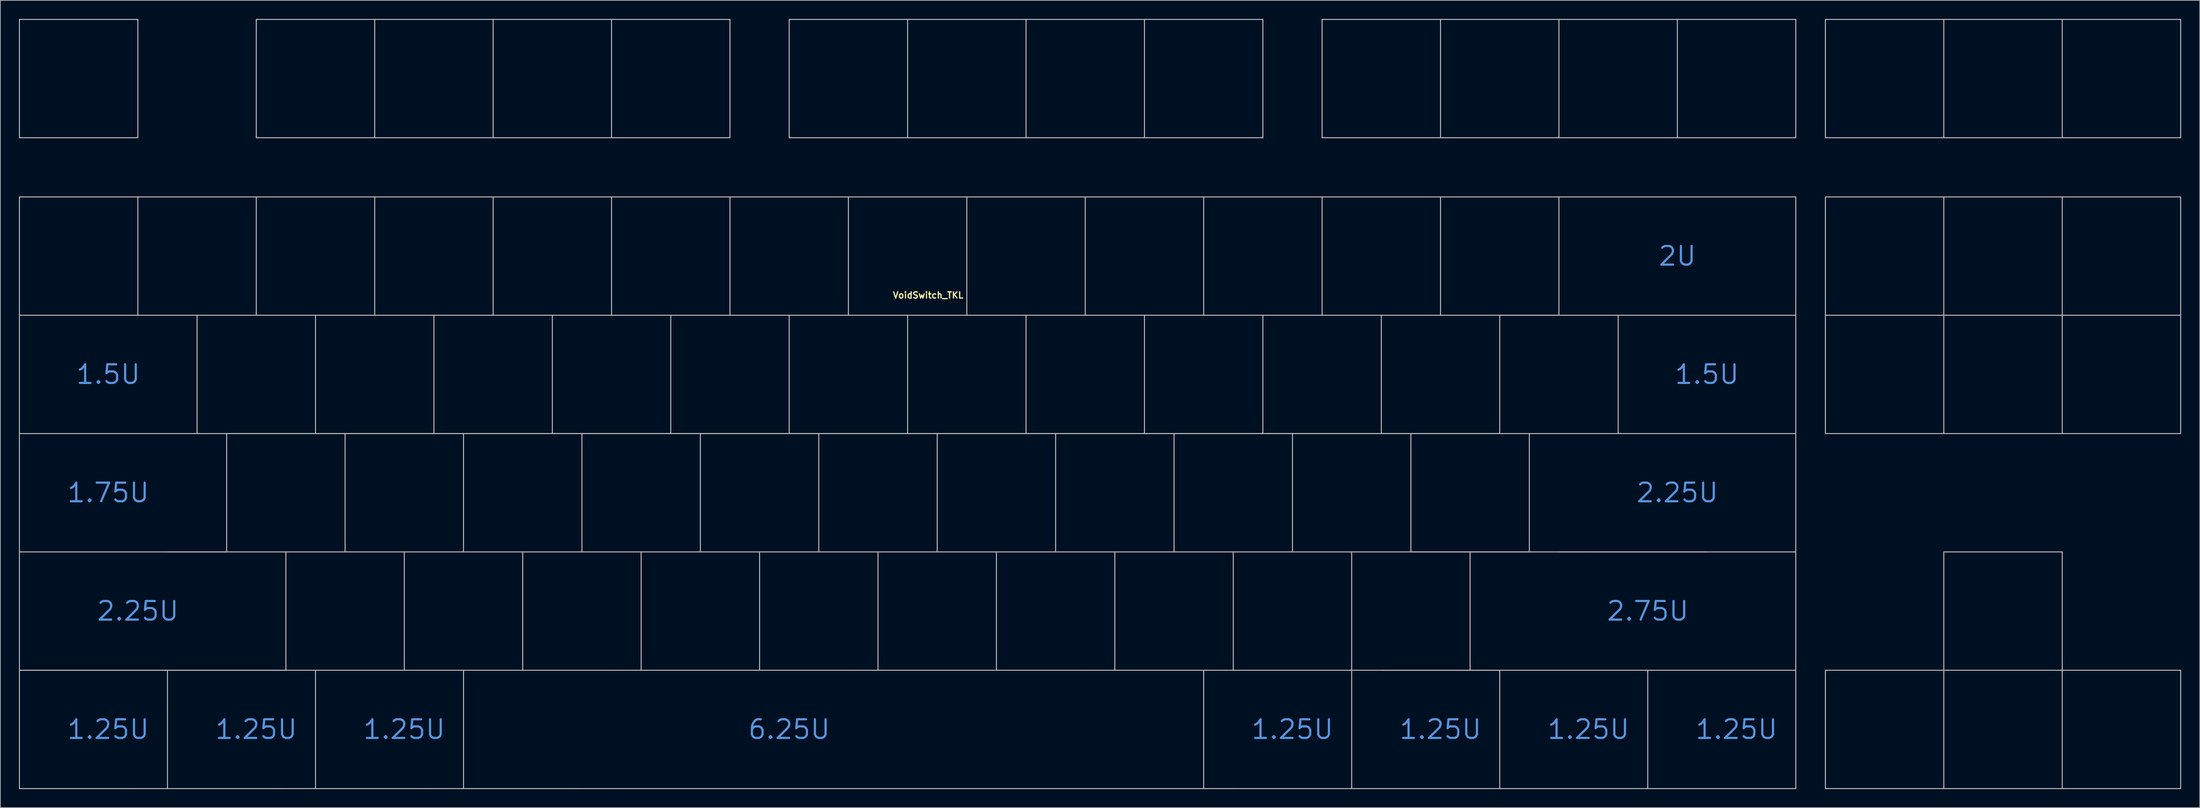
<source format=kicad_pcb>
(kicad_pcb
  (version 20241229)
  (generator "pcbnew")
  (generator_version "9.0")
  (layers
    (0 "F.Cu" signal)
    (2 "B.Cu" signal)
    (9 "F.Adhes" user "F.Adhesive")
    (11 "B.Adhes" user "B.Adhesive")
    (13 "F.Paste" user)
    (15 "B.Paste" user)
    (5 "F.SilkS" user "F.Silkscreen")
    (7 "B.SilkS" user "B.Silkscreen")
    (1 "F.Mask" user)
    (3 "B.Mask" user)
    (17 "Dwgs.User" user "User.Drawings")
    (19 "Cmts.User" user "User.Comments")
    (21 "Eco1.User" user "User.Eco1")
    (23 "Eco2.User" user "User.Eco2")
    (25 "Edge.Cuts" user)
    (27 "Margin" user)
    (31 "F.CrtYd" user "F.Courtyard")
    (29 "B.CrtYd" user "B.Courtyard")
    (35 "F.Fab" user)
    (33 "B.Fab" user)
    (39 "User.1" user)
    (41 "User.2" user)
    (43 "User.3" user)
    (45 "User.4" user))
  (footprint "VoidSwitch_TKL"
    (layer "F.Cu")
    (at 142.95 38.175)
    (property "Reference" "VoidSwitch_TKL" (at 3.3 6.3 0) (layer "F.SilkS") (effects (font (size 1 1) (thickness 0.2))))
    (attr smd exclude_from_bom)
    (fp_line (start -142.875 -38.1) (end -142.875 -19.05) (stroke (width 0.15) (type solid)) (layer "Dwgs.User"))
    (fp_line (start -142.875 -38.1) (end -123.825 -38.1) (stroke (width 0.15) (type solid)) (layer "Dwgs.User"))
    (fp_line (start -142.875 -19.05) (end -123.825 -19.05) (stroke (width 0.15) (type solid)) (layer "Dwgs.User"))
    (fp_line (start -142.875 -9.525) (end -142.875 9.525) (stroke (width 0.15) (type solid)) (layer "Dwgs.User"))
    (fp_line (start -142.875 -9.525) (end -123.825 -9.525) (stroke (width 0.15) (type solid)) (layer "Dwgs.User"))
    (fp_line (start -142.875 28.575) (end -142.875 47.625) (stroke (width 0.15) (type solid)) (layer "Dwgs.User"))
    (fp_line (start -142.875 47.625) (end -142.875 66.675) (stroke (width 0.15) (type solid)) (layer "Dwgs.User"))
    (fp_line (start -142.874 66.676) (end -119.062 66.676) (stroke (width 0.15) (type solid)) (layer "Dwgs.User"))
    (fp_line (start -142.874 85.726) (end -142.874 66.676) (stroke (width 0.15) (type solid)) (layer "Dwgs.User"))
    (fp_line (start -142.873 28.575) (end -142.873 9.525) (stroke (width 0.15) (type solid)) (layer "Dwgs.User"))
    (fp_line (start -123.825 -38.1) (end -123.825 -19.05) (stroke (width 0.15) (type solid)) (layer "Dwgs.User"))
    (fp_line (start -123.825 -9.525) (end -104.775 -9.525) (stroke (width 0.15) (type solid)) (layer "Dwgs.User"))
    (fp_line (start -123.825 9.525) (end -142.875 9.525) (stroke (width 0.15) (type solid)) (layer "Dwgs.User"))
    (fp_line (start -123.825 9.525) (end -123.825 -9.525) (stroke (width 0.15) (type solid)) (layer "Dwgs.User"))
    (fp_line (start -119.062 47.625) (end -100.013 47.625) (stroke (width 0.15) (type solid)) (layer "Dwgs.User"))
    (fp_line (start -119.062 66.676) (end -119.062 85.726) (stroke (width 0.15) (type solid)) (layer "Dwgs.User"))
    (fp_line (start -119.062 85.725) (end -142.874 85.726) (stroke (width 0.15) (type solid)) (layer "Dwgs.User"))
    (fp_line (start -119.061 66.676) (end -95.25 66.676) (stroke (width 0.15) (type solid)) (layer "Dwgs.User"))
    (fp_line (start -114.3 28.575) (end -142.873 28.575) (stroke (width 0.15) (type solid)) (layer "Dwgs.User"))
    (fp_line (start -114.3 28.575) (end -114.3 9.525) (stroke (width 0.15) (type solid)) (layer "Dwgs.User"))
    (fp_line (start -109.537 28.575) (end -90.487 28.575) (stroke (width 0.15) (type solid)) (layer "Dwgs.User"))
    (fp_line (start -109.537 47.625) (end -142.875 47.625) (stroke (width 0.15) (type solid)) (layer "Dwgs.User"))
    (fp_line (start -109.537 47.625) (end -109.537 28.575) (stroke (width 0.15) (type solid)) (layer "Dwgs.User"))
    (fp_line (start -104.775 -38.1) (end -104.775 -19.05) (stroke (width 0.15) (type solid)) (layer "Dwgs.User"))
    (fp_line (start -104.775 -38.1) (end -85.725 -38.1) (stroke (width 0.15) (type solid)) (layer "Dwgs.User"))
    (fp_line (start -104.775 -19.05) (end -85.725 -19.05) (stroke (width 0.15) (type solid)) (layer "Dwgs.User"))
    (fp_line (start -104.775 -9.525) (end -104.775 9.525) (stroke (width 0.15) (type solid)) (layer "Dwgs.User"))
    (fp_line (start -104.775 -9.525) (end -85.725 -9.525) (stroke (width 0.15) (type solid)) (layer "Dwgs.User"))
    (fp_line (start -104.775 9.525) (end -123.825 9.525) (stroke (width 0.15) (type solid)) (layer "Dwgs.User"))
    (fp_line (start -100.013 47.625) (end -80.963 47.625) (stroke (width 0.15) (type solid)) (layer "Dwgs.User"))
    (fp_line (start -100.013 66.675) (end -142.875 66.675) (stroke (width 0.15) (type solid)) (layer "Dwgs.User"))
    (fp_line (start -100.013 66.675) (end -100.013 47.625) (stroke (width 0.15) (type solid)) (layer "Dwgs.User"))
    (fp_line (start -95.25 9.525) (end -95.25 28.575) (stroke (width 0.15) (type solid)) (layer "Dwgs.User"))
    (fp_line (start -95.25 28.575) (end -114.3 28.575) (stroke (width 0.15) (type solid)) (layer "Dwgs.User"))
    (fp_line (start -95.25 66.676) (end -95.25 85.726) (stroke (width 0.15) (type solid)) (layer "Dwgs.User"))
    (fp_line (start -95.25 85.725) (end -119.061 85.726) (stroke (width 0.15) (type solid)) (layer "Dwgs.User"))
    (fp_line (start -95.249 66.676) (end -71.438 66.676) (stroke (width 0.15) (type solid)) (layer "Dwgs.User"))
    (fp_line (start -90.487 28.575) (end -90.487 47.625) (stroke (width 0.15) (type solid)) (layer "Dwgs.User"))
    (fp_line (start -90.487 28.575) (end -71.438 28.575) (stroke (width 0.15) (type solid)) (layer "Dwgs.User"))
    (fp_line (start -85.725 -38.1) (end -85.725 -19.05) (stroke (width 0.15) (type solid)) (layer "Dwgs.User"))
    (fp_line (start -85.725 -38.1) (end -66.675 -38.1) (stroke (width 0.15) (type solid)) (layer "Dwgs.User"))
    (fp_line (start -85.725 -19.05) (end -66.675 -19.05) (stroke (width 0.15) (type solid)) (layer "Dwgs.User"))
    (fp_line (start -85.725 -9.525) (end -85.725 9.525) (stroke (width 0.15) (type solid)) (layer "Dwgs.User"))
    (fp_line (start -85.725 -9.525) (end -66.675 -9.525) (stroke (width 0.15) (type solid)) (layer "Dwgs.User"))
    (fp_line (start -85.725 9.525) (end -104.775 9.525) (stroke (width 0.15) (type solid)) (layer "Dwgs.User"))
    (fp_line (start -80.963 47.625) (end -80.963 66.675) (stroke (width 0.15) (type solid)) (layer "Dwgs.User"))
    (fp_line (start -80.963 47.625) (end -61.913 47.625) (stroke (width 0.15) (type solid)) (layer "Dwgs.User"))
    (fp_line (start -76.2 9.525) (end -76.2 28.575) (stroke (width 0.15) (type solid)) (layer "Dwgs.User"))
    (fp_line (start -76.2 28.575) (end -95.25 28.575) (stroke (width 0.15) (type solid)) (layer "Dwgs.User"))
    (fp_line (start -71.438 28.575) (end -71.438 47.625) (stroke (width 0.15) (type solid)) (layer "Dwgs.User"))
    (fp_line (start -71.438 28.575) (end -52.388 28.575) (stroke (width 0.15) (type solid)) (layer "Dwgs.User"))
    (fp_line (start -71.438 85.725) (end -95.249 85.726) (stroke (width 0.15) (type solid)) (layer "Dwgs.User"))
    (fp_line (start -71.436 66.676) (end -47.625 66.676) (stroke (width 0.15) (type solid)) (layer "Dwgs.User"))
    (fp_line (start -71.436 85.726) (end -71.436 66.676) (stroke (width 0.15) (type solid)) (layer "Dwgs.User"))
    (fp_line (start -66.675 -38.1) (end -66.675 -19.05) (stroke (width 0.15) (type solid)) (layer "Dwgs.User"))
    (fp_line (start -66.675 -38.1) (end -47.625 -38.1) (stroke (width 0.15) (type solid)) (layer "Dwgs.User"))
    (fp_line (start -66.675 -19.05) (end -47.625 -19.05) (stroke (width 0.15) (type solid)) (layer "Dwgs.User"))
    (fp_line (start -66.675 -9.525) (end -47.625 -9.525) (stroke (width 0.15) (type solid)) (layer "Dwgs.User"))
    (fp_line (start -66.675 9.525) (end -85.725 9.525) (stroke (width 0.15) (type solid)) (layer "Dwgs.User"))
    (fp_line (start -66.675 9.525) (end -66.675 -9.525) (stroke (width 0.15) (type solid)) (layer "Dwgs.User"))
    (fp_line (start -61.913 47.625) (end -61.913 66.675) (stroke (width 0.15) (type solid)) (layer "Dwgs.User"))
    (fp_line (start -61.913 47.625) (end -42.862 47.625) (stroke (width 0.15) (type solid)) (layer "Dwgs.User"))
    (fp_line (start -57.15 28.575) (end -76.2 28.575) (stroke (width 0.15) (type solid)) (layer "Dwgs.User"))
    (fp_line (start -57.15 28.575) (end -57.15 9.525) (stroke (width 0.15) (type solid)) (layer "Dwgs.User"))
    (fp_line (start -52.388 28.575) (end -33.337 28.575) (stroke (width 0.15) (type solid)) (layer "Dwgs.User"))
    (fp_line (start -52.388 47.625) (end -52.388 28.575) (stroke (width 0.15) (type solid)) (layer "Dwgs.User"))
    (fp_line (start -47.625 -38.1) (end -47.625 -19.05) (stroke (width 0.15) (type solid)) (layer "Dwgs.User"))
    (fp_line (start -47.625 -38.1) (end -28.575 -38.1) (stroke (width 0.15) (type solid)) (layer "Dwgs.User"))
    (fp_line (start -47.625 -19.05) (end -28.575 -19.05) (stroke (width 0.15) (type solid)) (layer "Dwgs.User"))
    (fp_line (start -47.625 -9.525) (end -28.575 -9.525) (stroke (width 0.15) (type solid)) (layer "Dwgs.User"))
    (fp_line (start -47.625 9.525) (end -66.675 9.525) (stroke (width 0.15) (type solid)) (layer "Dwgs.User"))
    (fp_line (start -47.625 9.525) (end -47.625 -9.525) (stroke (width 0.15) (type solid)) (layer "Dwgs.User"))
    (fp_line (start -47.625 85.725) (end -71.436 85.726) (stroke (width 0.15) (type solid)) (layer "Dwgs.User"))
    (fp_line (start -47.624 66.675) (end -9.526 66.675) (stroke (width 0.15) (type solid)) (layer "Dwgs.User"))
    (fp_line (start -42.862 47.625) (end -23.812 47.625) (stroke (width 0.15) (type solid)) (layer "Dwgs.User"))
    (fp_line (start -42.862 66.675) (end -42.862 47.625) (stroke (width 0.15) (type solid)) (layer "Dwgs.User"))
    (fp_line (start -38.1 28.575) (end -57.15 28.575) (stroke (width 0.15) (type solid)) (layer "Dwgs.User"))
    (fp_line (start -38.1 28.575) (end -38.1 9.525) (stroke (width 0.15) (type solid)) (layer "Dwgs.User"))
    (fp_line (start -33.337 28.575) (end -14.287 28.575) (stroke (width 0.15) (type solid)) (layer "Dwgs.User"))
    (fp_line (start -33.337 47.625) (end -33.337 28.575) (stroke (width 0.15) (type solid)) (layer "Dwgs.User"))
    (fp_line (start -28.575 -38.1) (end -28.575 -19.05) (stroke (width 0.15) (type solid)) (layer "Dwgs.User"))
    (fp_line (start -28.575 -9.525) (end -9.525 -9.525) (stroke (width 0.15) (type solid)) (layer "Dwgs.User"))
    (fp_line (start -28.575 9.525) (end -47.625 9.525) (stroke (width 0.15) (type solid)) (layer "Dwgs.User"))
    (fp_line (start -28.575 9.525) (end -28.575 -9.525) (stroke (width 0.15) (type solid)) (layer "Dwgs.User"))
    (fp_line (start -23.812 47.625) (end -4.763 47.625) (stroke (width 0.15) (type solid)) (layer "Dwgs.User"))
    (fp_line (start -23.812 66.675) (end -23.812 47.625) (stroke (width 0.15) (type solid)) (layer "Dwgs.User"))
    (fp_line (start -19.05 -38.1) (end -19.05 -19.05) (stroke (width 0.15) (type solid)) (layer "Dwgs.User"))
    (fp_line (start -19.05 -38.1) (end 0 -38.1) (stroke (width 0.15) (type solid)) (layer "Dwgs.User"))
    (fp_line (start -19.05 -19.05) (end 0 -19.05) (stroke (width 0.15) (type solid)) (layer "Dwgs.User"))
    (fp_line (start -19.05 28.575) (end -38.1 28.575) (stroke (width 0.15) (type solid)) (layer "Dwgs.User"))
    (fp_line (start -19.05 28.575) (end -19.05 9.525) (stroke (width 0.15) (type solid)) (layer "Dwgs.User"))
    (fp_line (start -14.287 28.575) (end 4.763 28.575) (stroke (width 0.15) (type solid)) (layer "Dwgs.User"))
    (fp_line (start -14.287 47.625) (end -14.287 28.575) (stroke (width 0.15) (type solid)) (layer "Dwgs.User"))
    (fp_line (start -9.526 85.725) (end -47.624 85.725) (stroke (width 0.15) (type solid)) (layer "Dwgs.User"))
    (fp_line (start -9.525 -9.525) (end 9.525 -9.525) (stroke (width 0.15) (type solid)) (layer "Dwgs.User"))
    (fp_line (start -9.525 9.525) (end -28.575 9.525) (stroke (width 0.15) (type solid)) (layer "Dwgs.User"))
    (fp_line (start -9.525 9.525) (end -9.525 -9.525) (stroke (width 0.15) (type solid)) (layer "Dwgs.User"))
    (fp_line (start -4.763 47.625) (end 14.287 47.625) (stroke (width 0.15) (type solid)) (layer "Dwgs.User"))
    (fp_line (start -4.763 66.675) (end -4.763 47.625) (stroke (width 0.15) (type solid)) (layer "Dwgs.User"))
    (fp_line (start 0 -38.1) (end 0 -19.05) (stroke (width 0.15) (type solid)) (layer "Dwgs.User"))
    (fp_line (start 0 -38.1) (end 19.05 -38.1) (stroke (width 0.15) (type solid)) (layer "Dwgs.User"))
    (fp_line (start 0 -19.05) (end 19.05 -19.05) (stroke (width 0.15) (type solid)) (layer "Dwgs.User"))
    (fp_line (start 0 28.575) (end -19.05 28.575) (stroke (width 0.15) (type solid)) (layer "Dwgs.User"))
    (fp_line (start 0 28.575) (end 0 9.525) (stroke (width 0.15) (type solid)) (layer "Dwgs.User"))
    (fp_line (start 4.763 28.575) (end 23.812 28.575) (stroke (width 0.15) (type solid)) (layer "Dwgs.User"))
    (fp_line (start 4.763 47.625) (end 4.763 28.575) (stroke (width 0.15) (type solid)) (layer "Dwgs.User"))
    (fp_line (start 9.525 -9.525) (end 9.525 9.525) (stroke (width 0.15) (type solid)) (layer "Dwgs.User"))
    (fp_line (start 9.525 -9.525) (end 28.575 -9.525) (stroke (width 0.15) (type solid)) (layer "Dwgs.User"))
    (fp_line (start 9.525 9.525) (end -9.525 9.525) (stroke (width 0.15) (type solid)) (layer "Dwgs.User"))
    (fp_line (start 14.287 47.625) (end 33.337 47.625) (stroke (width 0.15) (type solid)) (layer "Dwgs.User"))
    (fp_line (start 14.287 66.675) (end 14.287 47.625) (stroke (width 0.15) (type solid)) (layer "Dwgs.User"))
    (fp_line (start 19.05 -38.1) (end 19.05 -19.05) (stroke (width 0.15) (type solid)) (layer "Dwgs.User"))
    (fp_line (start 19.05 -38.1) (end 38.1 -38.1) (stroke (width 0.15) (type solid)) (layer "Dwgs.User"))
    (fp_line (start 19.05 -19.05) (end 38.1 -19.05) (stroke (width 0.15) (type solid)) (layer "Dwgs.User"))
    (fp_line (start 19.05 9.525) (end 19.05 28.575) (stroke (width 0.15) (type solid)) (layer "Dwgs.User"))
    (fp_line (start 19.05 28.575) (end 0 28.575) (stroke (width 0.15) (type solid)) (layer "Dwgs.User"))
    (fp_line (start 23.812 28.575) (end 23.812 47.625) (stroke (width 0.15) (type solid)) (layer "Dwgs.User"))
    (fp_line (start 23.812 28.575) (end 42.862 28.575) (stroke (width 0.15) (type solid)) (layer "Dwgs.User"))
    (fp_line (start 28.575 -9.525) (end 28.575 9.525) (stroke (width 0.15) (type solid)) (layer "Dwgs.User"))
    (fp_line (start 28.575 -9.525) (end 47.625 -9.525) (stroke (width 0.15) (type solid)) (layer "Dwgs.User"))
    (fp_line (start 28.575 9.525) (end 9.525 9.525) (stroke (width 0.15) (type solid)) (layer "Dwgs.User"))
    (fp_line (start 28.575 66.675) (end -9.523 66.675) (stroke (width 0.15) (type solid)) (layer "Dwgs.User"))
    (fp_line (start 28.575 85.725) (end -9.523 85.725) (stroke (width 0.15) (type solid)) (layer "Dwgs.User"))
    (fp_line (start 28.576 66.675) (end 52.388 66.675) (stroke (width 0.15) (type solid)) (layer "Dwgs.User"))
    (fp_line (start 33.337 47.625) (end 33.337 66.675) (stroke (width 0.15) (type solid)) (layer "Dwgs.User"))
    (fp_line (start 33.337 47.625) (end 52.388 47.625) (stroke (width 0.15) (type solid)) (layer "Dwgs.User"))
    (fp_line (start 38.1 -38.1) (end 38.1 -19.05) (stroke (width 0.15) (type solid)) (layer "Dwgs.User"))
    (fp_line (start 38.1 -38.1) (end 57.15 -38.1) (stroke (width 0.15) (type solid)) (layer "Dwgs.User"))
    (fp_line (start 38.1 -19.05) (end 57.15 -19.05) (stroke (width 0.15) (type solid)) (layer "Dwgs.User"))
    (fp_line (start 38.1 9.525) (end 38.1 28.575) (stroke (width 0.15) (type solid)) (layer "Dwgs.User"))
    (fp_line (start 38.1 28.575) (end 19.05 28.575) (stroke (width 0.15) (type solid)) (layer "Dwgs.User"))
    (fp_line (start 42.862 28.575) (end 42.862 47.625) (stroke (width 0.15) (type solid)) (layer "Dwgs.User"))
    (fp_line (start 42.862 28.575) (end 61.913 28.575) (stroke (width 0.15) (type solid)) (layer "Dwgs.User"))
    (fp_line (start 47.625 -9.525) (end 47.625 9.525) (stroke (width 0.15) (type solid)) (layer "Dwgs.User"))
    (fp_line (start 47.625 -9.525) (end 66.675 -9.525) (stroke (width 0.15) (type solid)) (layer "Dwgs.User"))
    (fp_line (start 47.625 9.525) (end 28.575 9.525) (stroke (width 0.15) (type solid)) (layer "Dwgs.User"))
    (fp_line (start 47.625 85.725) (end 47.625 66.675) (stroke (width 0.15) (type solid)) (layer "Dwgs.User"))
    (fp_line (start 52.388 47.625) (end 52.388 66.675) (stroke (width 0.15) (type solid)) (layer "Dwgs.User"))
    (fp_line (start 52.388 47.625) (end 71.438 47.625) (stroke (width 0.15) (type solid)) (layer "Dwgs.User"))
    (fp_line (start 52.388 85.724) (end 28.576 85.725) (stroke (width 0.15) (type solid)) (layer "Dwgs.User"))
    (fp_line (start 57.15 -38.1) (end 57.15 -19.05) (stroke (width 0.15) (type solid)) (layer "Dwgs.User"))
    (fp_line (start 57.15 9.525) (end 57.15 28.575) (stroke (width 0.15) (type solid)) (layer "Dwgs.User"))
    (fp_line (start 57.15 28.575) (end 38.1 28.575) (stroke (width 0.15) (type solid)) (layer "Dwgs.User"))
    (fp_line (start 61.913 28.575) (end 61.913 47.625) (stroke (width 0.15) (type solid)) (layer "Dwgs.User"))
    (fp_line (start 61.913 28.575) (end 80.963 28.575) (stroke (width 0.15) (type solid)) (layer "Dwgs.User"))
    (fp_line (start 66.675 -38.1) (end 66.675 -19.05) (stroke (width 0.15) (type solid)) (layer "Dwgs.User"))
    (fp_line (start 66.675 -38.1) (end 85.725 -38.1) (stroke (width 0.15) (type solid)) (layer "Dwgs.User"))
    (fp_line (start 66.675 -19.05) (end 85.725 -19.05) (stroke (width 0.15) (type solid)) (layer "Dwgs.User"))
    (fp_line (start 66.675 -9.525) (end 66.675 9.525) (stroke (width 0.15) (type solid)) (layer "Dwgs.User"))
    (fp_line (start 66.675 -9.525) (end 85.725 -9.525) (stroke (width 0.15) (type solid)) (layer "Dwgs.User"))
    (fp_line (start 66.675 9.525) (end 47.625 9.525) (stroke (width 0.15) (type solid)) (layer "Dwgs.User"))
    (fp_line (start 71.438 47.625) (end 71.438 66.675) (stroke (width 0.15) (type solid)) (layer "Dwgs.User"))
    (fp_line (start 71.438 47.625) (end 90.487 47.625) (stroke (width 0.15) (type solid)) (layer "Dwgs.User"))
    (fp_line (start 71.438 66.675) (end 52.388 66.675) (stroke (width 0.15) (type solid)) (layer "Dwgs.User"))
    (fp_line (start 71.438 85.725) (end 71.438 66.675) (stroke (width 0.15) (type solid)) (layer "Dwgs.User"))
    (fp_line (start 76.2 9.525) (end 76.2 28.575) (stroke (width 0.15) (type solid)) (layer "Dwgs.User"))
    (fp_line (start 76.2 28.575) (end 57.15 28.575) (stroke (width 0.15) (type solid)) (layer "Dwgs.User"))
    (fp_line (start 76.2 66.675) (end 95.25 66.675) (stroke (width 0.15) (type solid)) (layer "Dwgs.User"))
    (fp_line (start 76.2 85.724) (end 52.389 85.725) (stroke (width 0.15) (type solid)) (layer "Dwgs.User"))
    (fp_line (start 80.963 28.575) (end 80.963 47.625) (stroke (width 0.15) (type solid)) (layer "Dwgs.User"))
    (fp_line (start 80.963 28.575) (end 100.013 28.575) (stroke (width 0.15) (type solid)) (layer "Dwgs.User"))
    (fp_line (start 85.725 -38.1) (end 85.725 -19.05) (stroke (width 0.15) (type solid)) (layer "Dwgs.User"))
    (fp_line (start 85.725 -38.1) (end 104.775 -38.1) (stroke (width 0.15) (type solid)) (layer "Dwgs.User"))
    (fp_line (start 85.725 -19.05) (end 104.775 -19.05) (stroke (width 0.15) (type solid)) (layer "Dwgs.User"))
    (fp_line (start 85.725 -9.525) (end 104.775 -9.525) (stroke (width 0.15) (type solid)) (layer "Dwgs.User"))
    (fp_line (start 85.725 9.525) (end 66.675 9.525) (stroke (width 0.15) (type solid)) (layer "Dwgs.User"))
    (fp_line (start 85.725 9.525) (end 85.725 -9.525) (stroke (width 0.15) (type solid)) (layer "Dwgs.User"))
    (fp_line (start 90.487 47.625) (end 90.487 66.675) (stroke (width 0.15) (type solid)) (layer "Dwgs.User"))
    (fp_line (start 90.487 47.625) (end 109.537 47.625) (stroke (width 0.15) (type solid)) (layer "Dwgs.User"))
    (fp_line (start 90.487 66.675) (end 71.438 66.675) (stroke (width 0.15) (type solid)) (layer "Dwgs.User"))
    (fp_line (start 95.25 9.525) (end 114.3 9.525) (stroke (width 0.15) (type solid)) (layer "Dwgs.User"))
    (fp_line (start 95.25 28.575) (end 76.2 28.575) (stroke (width 0.15) (type solid)) (layer "Dwgs.User"))
    (fp_line (start 95.25 28.575) (end 95.25 9.525) (stroke (width 0.15) (type solid)) (layer "Dwgs.User"))
    (fp_line (start 95.25 66.675) (end 95.25 85.725) (stroke (width 0.15) (type solid)) (layer "Dwgs.User"))
    (fp_line (start 95.25 85.725) (end 76.2 85.725) (stroke (width 0.15) (type solid)) (layer "Dwgs.User"))
    (fp_line (start 100.013 28.575) (end 142.875 28.575) (stroke (width 0.15) (type solid)) (layer "Dwgs.User"))
    (fp_line (start 100.013 47.625) (end 80.963 47.625) (stroke (width 0.15) (type solid)) (layer "Dwgs.User"))
    (fp_line (start 100.013 47.625) (end 100.013 28.575) (stroke (width 0.15) (type solid)) (layer "Dwgs.User"))
    (fp_line (start 104.775 -38.1) (end 104.775 -19.05) (stroke (width 0.15) (type solid)) (layer "Dwgs.User"))
    (fp_line (start 104.775 -38.1) (end 123.825 -38.1) (stroke (width 0.15) (type solid)) (layer "Dwgs.User"))
    (fp_line (start 104.775 -19.05) (end 123.825 -19.05) (stroke (width 0.15) (type solid)) (layer "Dwgs.User"))
    (fp_line (start 104.775 -9.525) (end 104.775 9.525) (stroke (width 0.15) (type solid)) (layer "Dwgs.User"))
    (fp_line (start 104.775 9.525) (end 85.725 9.525) (stroke (width 0.15) (type solid)) (layer "Dwgs.User"))
    (fp_line (start 104.777 -9.525) (end 142.875 -9.525) (stroke (width 0.15) (type solid)) (layer "Dwgs.User"))
    (fp_line (start 109.537 47.625) (end 128.588 47.625) (stroke (width 0.15) (type solid)) (layer "Dwgs.User"))
    (fp_line (start 114.3 9.525) (end 114.3 28.575) (stroke (width 0.15) (type solid)) (layer "Dwgs.User"))
    (fp_line (start 114.302 9.525) (end 142.875 9.525) (stroke (width 0.15) (type solid)) (layer "Dwgs.User"))
    (fp_line (start 119.062 66.675) (end 119.062 85.725) (stroke (width 0.15) (type solid)) (layer "Dwgs.User"))
    (fp_line (start 119.062 85.724) (end 95.251 85.725) (stroke (width 0.15) (type solid)) (layer "Dwgs.User"))
    (fp_line (start 123.825 -38.1) (end 123.825 -19.05) (stroke (width 0.15) (type solid)) (layer "Dwgs.User"))
    (fp_line (start 123.825 -38.1) (end 142.875 -38.1) (stroke (width 0.15) (type solid)) (layer "Dwgs.User"))
    (fp_line (start 123.825 -19.05) (end 142.875 -19.05) (stroke (width 0.15) (type solid)) (layer "Dwgs.User"))
    (fp_line (start 142.875 -38.1) (end 142.875 -19.05) (stroke (width 0.15) (type solid)) (layer "Dwgs.User"))
    (fp_line (start 142.875 -9.525) (end 142.875 9.525) (stroke (width 0.15) (type solid)) (layer "Dwgs.User"))
    (fp_line (start 142.875 9.525) (end 142.875 28.575) (stroke (width 0.15) (type solid)) (layer "Dwgs.User"))
    (fp_line (start 142.875 28.575) (end 142.875 47.625) (stroke (width 0.15) (type solid)) (layer "Dwgs.User"))
    (fp_line (start 142.875 47.625) (end 104.777 47.625) (stroke (width 0.15) (type solid)) (layer "Dwgs.User"))
    (fp_line (start 142.875 47.625) (end 142.875 66.675) (stroke (width 0.15) (type solid)) (layer "Dwgs.User"))
    (fp_line (start 142.875 66.675) (end 90.487 66.675) (stroke (width 0.15) (type solid)) (layer "Dwgs.User"))
    (fp_line (start 142.875 66.675) (end 142.875 85.725) (stroke (width 0.15) (type solid)) (layer "Dwgs.User"))
    (fp_line (start 142.875 85.724) (end 119.064 85.725) (stroke (width 0.15) (type solid)) (layer "Dwgs.User"))
    (fp_line (start 147.637 -38.1) (end 147.637 -19.05) (stroke (width 0.15) (type solid)) (layer "Dwgs.User"))
    (fp_line (start 147.637 -38.1) (end 166.688 -38.1) (stroke (width 0.15) (type solid)) (layer "Dwgs.User"))
    (fp_line (start 147.637 -19.05) (end 166.688 -19.05) (stroke (width 0.15) (type solid)) (layer "Dwgs.User"))
    (fp_line (start 147.637 -9.525) (end 147.637 9.525) (stroke (width 0.15) (type solid)) (layer "Dwgs.User"))
    (fp_line (start 147.637 -9.525) (end 166.688 -9.525) (stroke (width 0.15) (type solid)) (layer "Dwgs.User"))
    (fp_line (start 147.637 9.525) (end 147.637 28.575) (stroke (width 0.15) (type solid)) (layer "Dwgs.User"))
    (fp_line (start 147.637 9.525) (end 166.688 9.525) (stroke (width 0.15) (type solid)) (layer "Dwgs.User"))
    (fp_line (start 147.637 28.575) (end 166.688 28.575) (stroke (width 0.15) (type solid)) (layer "Dwgs.User"))
    (fp_line (start 147.637 66.675) (end 147.637 85.725) (stroke (width 0.15) (type solid)) (layer "Dwgs.User"))
    (fp_line (start 147.637 66.675) (end 166.688 66.675) (stroke (width 0.15) (type solid)) (layer "Dwgs.User"))
    (fp_line (start 147.637 85.725) (end 166.688 85.725) (stroke (width 0.15) (type solid)) (layer "Dwgs.User"))
    (fp_line (start 166.688 -38.1) (end 166.688 -19.05) (stroke (width 0.15) (type solid)) (layer "Dwgs.User"))
    (fp_line (start 166.688 -38.1) (end 185.738 -38.1) (stroke (width 0.15) (type solid)) (layer "Dwgs.User"))
    (fp_line (start 166.688 -19.05) (end 185.738 -19.05) (stroke (width 0.15) (type solid)) (layer "Dwgs.User"))
    (fp_line (start 166.688 -9.525) (end 166.688 9.525) (stroke (width 0.15) (type solid)) (layer "Dwgs.User"))
    (fp_line (start 166.688 -9.525) (end 185.738 -9.525) (stroke (width 0.15) (type solid)) (layer "Dwgs.User"))
    (fp_line (start 166.688 9.525) (end 166.688 28.575) (stroke (width 0.15) (type solid)) (layer "Dwgs.User"))
    (fp_line (start 166.688 9.525) (end 185.738 9.525) (stroke (width 0.15) (type solid)) (layer "Dwgs.User"))
    (fp_line (start 166.688 28.575) (end 185.738 28.575) (stroke (width 0.15) (type solid)) (layer "Dwgs.User"))
    (fp_line (start 166.688 47.625) (end 166.688 66.675) (stroke (width 0.15) (type solid)) (layer "Dwgs.User"))
    (fp_line (start 166.688 47.625) (end 185.738 47.625) (stroke (width 0.15) (type solid)) (layer "Dwgs.User"))
    (fp_line (start 166.688 66.675) (end 166.688 85.725) (stroke (width 0.15) (type solid)) (layer "Dwgs.User"))
    (fp_line (start 166.688 66.675) (end 185.738 66.675) (stroke (width 0.15) (type solid)) (layer "Dwgs.User"))
    (fp_line (start 166.688 85.725) (end 185.738 85.725) (stroke (width 0.15) (type solid)) (layer "Dwgs.User"))
    (fp_line (start 185.738 -38.1) (end 185.738 -19.05) (stroke (width 0.15) (type solid)) (layer "Dwgs.User"))
    (fp_line (start 185.738 -38.1) (end 204.787 -38.1) (stroke (width 0.15) (type solid)) (layer "Dwgs.User"))
    (fp_line (start 185.738 -19.05) (end 204.787 -19.05) (stroke (width 0.15) (type solid)) (layer "Dwgs.User"))
    (fp_line (start 185.738 -9.525) (end 185.738 9.525) (stroke (width 0.15) (type solid)) (layer "Dwgs.User"))
    (fp_line (start 185.738 -9.525) (end 204.787 -9.525) (stroke (width 0.15) (type solid)) (layer "Dwgs.User"))
    (fp_line (start 185.738 9.525) (end 185.738 28.575) (stroke (width 0.15) (type solid)) (layer "Dwgs.User"))
    (fp_line (start 185.738 9.525) (end 204.787 9.525) (stroke (width 0.15) (type solid)) (layer "Dwgs.User"))
    (fp_line (start 185.738 28.575) (end 204.787 28.575) (stroke (width 0.15) (type solid)) (layer "Dwgs.User"))
    (fp_line (start 185.738 47.625) (end 185.738 66.675) (stroke (width 0.15) (type solid)) (layer "Dwgs.User"))
    (fp_line (start 185.738 66.675) (end 185.738 85.725) (stroke (width 0.15) (type solid)) (layer "Dwgs.User"))
    (fp_line (start 185.738 66.675) (end 204.787 66.675) (stroke (width 0.15) (type solid)) (layer "Dwgs.User"))
    (fp_line (start 185.738 85.725) (end 204.787 85.725) (stroke (width 0.15) (type solid)) (layer "Dwgs.User"))
    (fp_line (start 204.787 -38.1) (end 204.787 -19.05) (stroke (width 0.15) (type solid)) (layer "Dwgs.User"))
    (fp_line (start 204.787 -9.525) (end 204.787 9.525) (stroke (width 0.15) (type solid)) (layer "Dwgs.User"))
    (fp_line (start 204.787 9.525) (end 204.787 28.575) (stroke (width 0.15) (type solid)) (layer "Dwgs.User"))
    (fp_line (start 204.787 66.675) (end 204.787 85.725) (stroke (width 0.15) (type solid)) (layer "Dwgs.User"))
    (fp_text user "2U" (at 123.825 0 0) (unlocked yes) (layer "Cmts.User") (effects (font (size 3 3) (thickness 0.35))))
    (fp_text user "1.5U" (at 128.588 19.05 0) (unlocked yes) (layer "Cmts.User") (effects (font (size 3 3) (thickness 0.35))))
    (fp_text user "1.75U" (at -128.588 38.1 0) (unlocked yes) (layer "Cmts.User") (effects (font (size 3 3) (thickness 0.35))))
    (fp_text user "2.75U" (at 119.062 57.15 0) (unlocked yes) (layer "Cmts.User") (effects (font (size 3 3) (thickness 0.35))))
    (fp_text user "1.5U" (at -128.588 19.05 0) (unlocked yes) (layer "Cmts.User") (effects (font (size 3 3) (thickness 0.35))))
    (fp_text user "1.25U" (at -80.963 76.2 0) (unlocked yes) (layer "Cmts.User") (effects (font (size 3 3) (thickness 0.35))))
    (fp_text user "1.25U" (at -104.775 76.2 0) (unlocked yes) (layer "Cmts.User") (effects (font (size 3 3) (thickness 0.35))))
    (fp_text user "1.25U" (at 61.913 76.2 0) (unlocked yes) (layer "Cmts.User") (effects (font (size 3 3) (thickness 0.35))))
    (fp_text user "2.25U" (at -123.825 57.15 0) (unlocked yes) (layer "Cmts.User") (effects (font (size 3 3) (thickness 0.35))))
    (fp_text user "6.25U" (at -19.05 76.2 0) (unlocked yes) (layer "Cmts.User") (effects (font (size 3 3) (thickness 0.35))))
    (fp_text user "1.25U" (at 133.35 76.2 0) (unlocked yes) (layer "Cmts.User") (effects (font (size 3 3) (thickness 0.35))))
    (fp_text user "1.25U" (at 85.725 76.2 0) (unlocked yes) (layer "Cmts.User") (effects (font (size 3 3) (thickness 0.35))))
    (fp_text user "1.25U" (at -128.588 76.2 0) (unlocked yes) (layer "Cmts.User") (effects (font (size 3 3) (thickness 0.35))))
    (fp_text user "2.25U" (at 123.825 38.1 0) (unlocked yes) (layer "Cmts.User") (effects (font (size 3 3) (thickness 0.35))))
    (fp_text user "1.25U" (at 109.537 76.2 0) (unlocked yes) (layer "Cmts.User") (effects (font (size 3 3) (thickness 0.35)))))
  (gr_rect
    (start -3 -3)
    (end 350.812 126.976)
    (stroke (width 0.1) (type default))
    (fill no)
    (layer "Edge.Cuts")))
</source>
